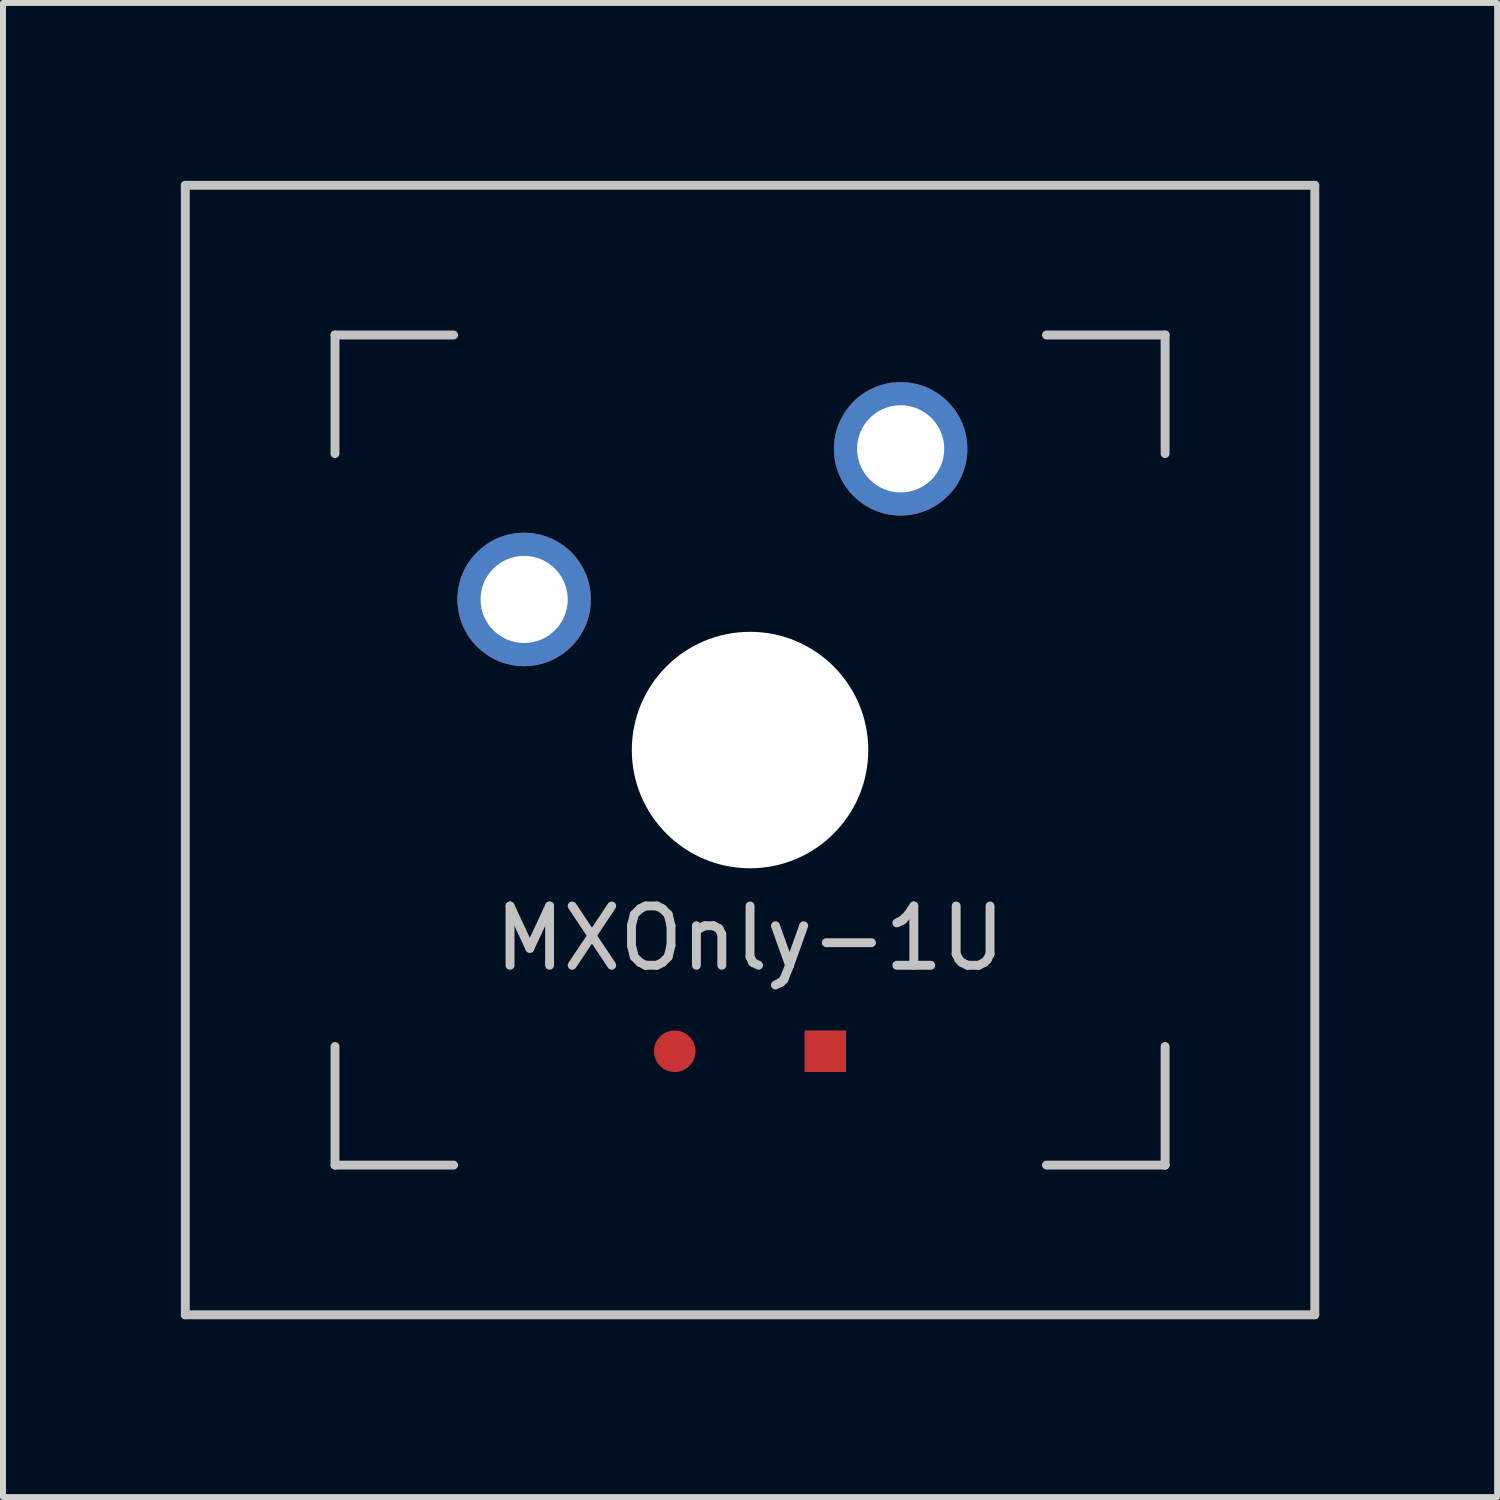
<source format=kicad_pcb>
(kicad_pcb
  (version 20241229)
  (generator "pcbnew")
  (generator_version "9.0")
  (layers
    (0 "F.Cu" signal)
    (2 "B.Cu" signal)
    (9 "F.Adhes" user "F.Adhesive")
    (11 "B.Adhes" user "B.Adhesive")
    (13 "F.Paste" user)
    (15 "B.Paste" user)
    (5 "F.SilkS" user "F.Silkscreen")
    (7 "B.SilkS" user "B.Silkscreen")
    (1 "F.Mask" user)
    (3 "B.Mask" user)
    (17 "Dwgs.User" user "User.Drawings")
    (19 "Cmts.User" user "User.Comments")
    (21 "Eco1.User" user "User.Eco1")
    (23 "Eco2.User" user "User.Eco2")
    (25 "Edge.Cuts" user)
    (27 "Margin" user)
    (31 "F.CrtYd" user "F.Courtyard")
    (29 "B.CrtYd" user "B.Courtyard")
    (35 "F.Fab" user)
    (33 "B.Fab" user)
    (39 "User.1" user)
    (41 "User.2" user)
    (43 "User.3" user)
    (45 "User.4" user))
  (footprint "MXOnly-1U"
    (layer "F.Cu")
    (at 9.6 9.6)
    (property "Reference" "MXOnly-1U" (at 0 3.175 0) (layer "Dwgs.User") (effects (font (size 1 1) (thickness 0.15))))
    (fp_line (start -9.525 -9.525) (end 9.525 -9.525) (stroke (width 0.15) (type solid)) (layer "Dwgs.User"))
    (fp_line (start -9.525 9.525) (end -9.525 -9.525) (stroke (width 0.15) (type solid)) (layer "Dwgs.User"))
    (fp_line (start -7 -7) (end -7 -5) (stroke (width 0.15) (type solid)) (layer "Dwgs.User"))
    (fp_line (start -7 5) (end -7 7) (stroke (width 0.15) (type solid)) (layer "Dwgs.User"))
    (fp_line (start -7 7) (end -5 7) (stroke (width 0.15) (type solid)) (layer "Dwgs.User"))
    (fp_line (start -5 -7) (end -7 -7) (stroke (width 0.15) (type solid)) (layer "Dwgs.User"))
    (fp_line (start 5 -7) (end 7 -7) (stroke (width 0.15) (type solid)) (layer "Dwgs.User"))
    (fp_line (start 5 7) (end 7 7) (stroke (width 0.15) (type solid)) (layer "Dwgs.User"))
    (fp_line (start 7 -7) (end 7 -5) (stroke (width 0.15) (type solid)) (layer "Dwgs.User"))
    (fp_line (start 7 7) (end 7 5) (stroke (width 0.15) (type solid)) (layer "Dwgs.User"))
    (fp_line (start 9.525 -9.525) (end 9.525 9.525) (stroke (width 0.15) (type solid)) (layer "Dwgs.User"))
    (fp_line (start 9.525 9.525) (end -9.525 9.525) (stroke (width 0.15) (type solid)) (layer "Dwgs.User"))
    (pad "" np_thru_hole circle (at 0 0) (size 3.988 3.988) (drill 3.988) (layers "*.Cu" "*.Mask"))
    (pad "1" thru_hole circle (at -3.81 -2.54) (size 2.25 2.25) (drill 1.47) (layers "*.Cu" "*.Mask"))
    (pad "2" thru_hole circle (at 2.54 -5.08) (size 2.25 2.25) (drill 1.47) (layers "*.Cu" "*.Mask"))
    (pad "3" smd circle (at -1.27 5.08) (size 0.7 0.7) (layers "F.Cu" "F.Mask" "F.Paste"))
    (pad "4" smd rect (at 1.27 5.08) (size 0.7 0.7) (layers "F.Cu" "F.Mask" "F.Paste")))
  (gr_rect
    (start -3 -3)
    (end 22.2 22.2)
    (stroke (width 0.1) (type default))
    (fill no)
    (layer "Edge.Cuts")))
</source>
